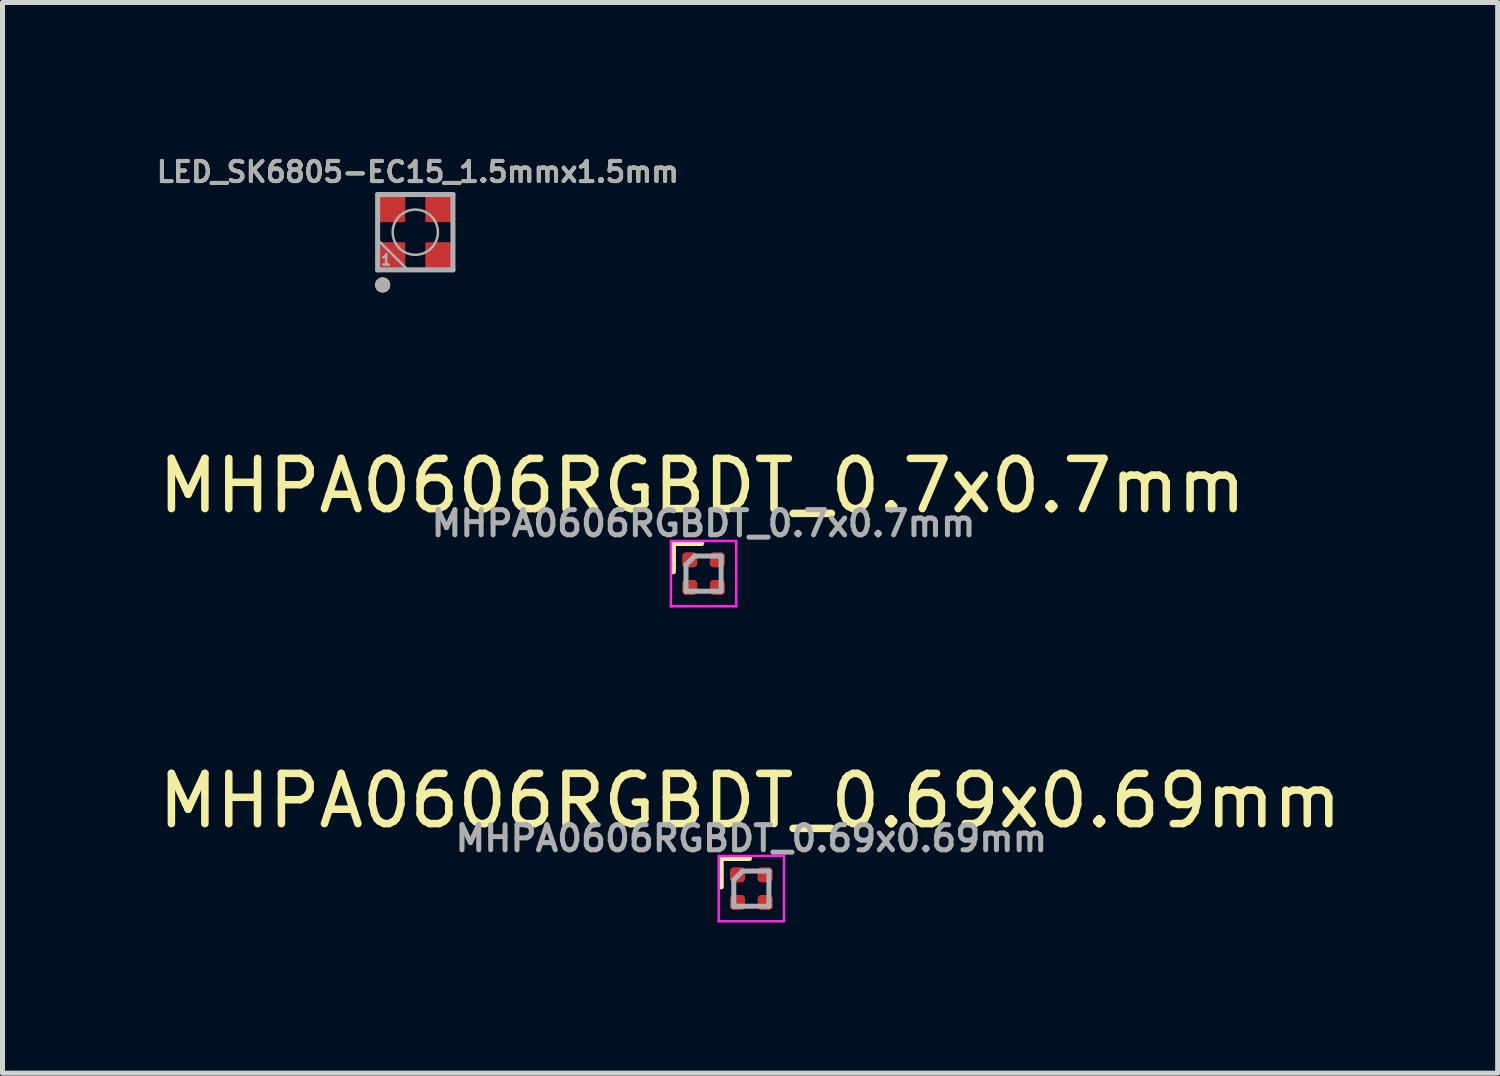
<source format=kicad_pcb>
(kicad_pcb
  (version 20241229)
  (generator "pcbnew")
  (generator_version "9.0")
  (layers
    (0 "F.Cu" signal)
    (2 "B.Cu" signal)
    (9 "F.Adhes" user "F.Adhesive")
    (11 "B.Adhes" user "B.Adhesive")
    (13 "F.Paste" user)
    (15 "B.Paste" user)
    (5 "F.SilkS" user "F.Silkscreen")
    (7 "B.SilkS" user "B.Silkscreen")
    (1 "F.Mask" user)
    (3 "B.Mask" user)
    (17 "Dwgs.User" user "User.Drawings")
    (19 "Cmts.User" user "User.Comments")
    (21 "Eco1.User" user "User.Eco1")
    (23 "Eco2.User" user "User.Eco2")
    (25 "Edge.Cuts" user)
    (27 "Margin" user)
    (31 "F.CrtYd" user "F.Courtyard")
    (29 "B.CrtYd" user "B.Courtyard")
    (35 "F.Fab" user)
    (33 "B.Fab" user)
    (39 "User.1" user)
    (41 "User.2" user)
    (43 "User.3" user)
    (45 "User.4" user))
  (footprint "MHPA0606RGBDT_0.69x0.69mm"
    (layer "F.Cu")
    (at 11.912 14.646)
    (property "Reference" "MHPA0606RGBDT_0.69x0.69mm" (at -0.025 -1.75 0) (layer "F.SilkS") (effects (font (size 1 1) (thickness 0.15))))
    (attr smd)
    (fp_line (start -0.6 -0.6) (end -0.6 -0.037) (stroke (width 0.1) (type solid)) (layer "F.SilkS"))
    (fp_line (start -0.037 -0.6) (end -0.6 -0.6) (stroke (width 0.1) (type solid)) (layer "F.SilkS"))
    (fp_line (start -0.65 -0.65) (end -0.65 0.65) (stroke (width 0.05) (type solid)) (layer "F.CrtYd"))
    (fp_line (start -0.65 0.65) (end 0.65 0.65) (stroke (width 0.05) (type solid)) (layer "F.CrtYd"))
    (fp_line (start 0.65 -0.65) (end -0.65 -0.65) (stroke (width 0.05) (type solid)) (layer "F.CrtYd"))
    (fp_line (start 0.65 0.65) (end 0.65 -0.65) (stroke (width 0.05) (type solid)) (layer "F.CrtYd"))
    (fp_line (start -0.35 -0.175) (end -0.35 0.35) (stroke (width 0.1) (type solid)) (layer "F.Fab"))
    (fp_line (start -0.35 0.35) (end 0.35 0.35) (stroke (width 0.1) (type solid)) (layer "F.Fab"))
    (fp_line (start -0.175 -0.35) (end -0.35 -0.175) (stroke (width 0.1) (type solid)) (layer "F.Fab"))
    (fp_line (start 0.35 -0.35) (end -0.175 -0.35) (stroke (width 0.1) (type solid)) (layer "F.Fab"))
    (fp_line (start 0.35 0.35) (end 0.35 -0.35) (stroke (width 0.1) (type solid)) (layer "F.Fab"))
    (fp_text user "${REFERENCE}" (at 0 -1 0) (layer "F.Fab") (effects (font (size 0.5 0.5) (thickness 0.1))))
    (pad "1" smd roundrect (at -0.275 -0.275) (size 0.3 0.3) (layers "F.Cu" "F.Mask" "F.Paste") (roundrect_rratio 0.25))
    (pad "2" smd roundrect (at 0.275 -0.275) (size 0.3 0.3) (layers "F.Cu" "F.Mask" "F.Paste") (roundrect_rratio 0.25))
    (pad "3" smd roundrect (at 0.275 0.275) (size 0.3 0.3) (layers "F.Cu" "F.Mask" "F.Paste") (roundrect_rratio 0.25))
    (pad "4" smd roundrect (at -0.275 0.275) (size 0.3 0.3) (layers "F.Cu" "F.Mask" "F.Paste") (roundrect_rratio 0.25)))
  (footprint "MHPA0606RGBDT_0.7x0.7mm"
    (layer "F.Cu")
    (at 10.96 8.373)
    (property "Reference" "MHPA0606RGBDT_0.7x0.7mm" (at -0.025 -1.75 0) (layer "F.SilkS") (effects (font (size 1 1) (thickness 0.15))))
    (attr smd)
    (fp_line (start -0.6 -0.6) (end -0.6 -0.037) (stroke (width 0.1) (type solid)) (layer "F.SilkS"))
    (fp_line (start -0.037 -0.6) (end -0.6 -0.6) (stroke (width 0.1) (type solid)) (layer "F.SilkS"))
    (fp_line (start -0.65 -0.65) (end -0.65 0.65) (stroke (width 0.05) (type solid)) (layer "F.CrtYd"))
    (fp_line (start -0.65 0.65) (end 0.65 0.65) (stroke (width 0.05) (type solid)) (layer "F.CrtYd"))
    (fp_line (start 0.65 -0.65) (end -0.65 -0.65) (stroke (width 0.05) (type solid)) (layer "F.CrtYd"))
    (fp_line (start 0.65 0.65) (end 0.65 -0.65) (stroke (width 0.05) (type solid)) (layer "F.CrtYd"))
    (fp_line (start -0.35 -0.175) (end -0.35 0.35) (stroke (width 0.1) (type solid)) (layer "F.Fab"))
    (fp_line (start -0.35 0.35) (end 0.35 0.35) (stroke (width 0.1) (type solid)) (layer "F.Fab"))
    (fp_line (start -0.175 -0.35) (end -0.35 -0.175) (stroke (width 0.1) (type solid)) (layer "F.Fab"))
    (fp_line (start 0.35 -0.35) (end -0.175 -0.35) (stroke (width 0.1) (type solid)) (layer "F.Fab"))
    (fp_line (start 0.35 0.35) (end 0.35 -0.35) (stroke (width 0.1) (type solid)) (layer "F.Fab"))
    (fp_text user "${REFERENCE}" (at 0 -1 0) (layer "F.Fab") (effects (font (size 0.5 0.5) (thickness 0.1))))
    (pad "1" smd roundrect (at -0.275 -0.275) (size 0.3 0.3) (layers "F.Cu" "F.Mask" "F.Paste") (roundrect_rratio 0.25))
    (pad "2" smd roundrect (at 0.275 -0.275) (size 0.3 0.3) (layers "F.Cu" "F.Mask" "F.Paste") (roundrect_rratio 0.25))
    (pad "3" smd roundrect (at 0.275 0.275) (size 0.3 0.3) (layers "F.Cu" "F.Mask" "F.Paste") (roundrect_rratio 0.25))
    (pad "4" smd roundrect (at -0.275 0.275) (size 0.3 0.3) (layers "F.Cu" "F.Mask" "F.Paste") (roundrect_rratio 0.25)))
  (footprint "LED_SK6805-EC15_1.5mmx1.5mm"
    (layer "F.Cu")
    (at 5.22 1.574)
    (property "Reference" "LED_SK6805-EC15_1.5mmx1.5mm" (at 0.05 -1.2 0) (layer "F.SilkS") (effects (font (size 0.4 0.4) (thickness 0.08))))
    (attr smd)
    (fp_line (start -0.65 1.05) (end -0.65 1.05) (stroke (width 0.3) (type solid)) (layer "F.SilkS"))
    (fp_line (start -0.75 -0.75) (end -0.75 0.75) (stroke (width 0.1) (type solid)) (layer "F.Fab"))
    (fp_line (start -0.75 0.15) (end -0.15 0.75) (stroke (width 0.05) (type solid)) (layer "F.Fab"))
    (fp_line (start -0.75 0.75) (end 0.75 0.75) (stroke (width 0.1) (type solid)) (layer "F.Fab"))
    (fp_line (start -0.65 1.05) (end -0.65 1.05) (stroke (width 0.3) (type solid)) (layer "F.Fab"))
    (fp_line (start 0.75 -0.75) (end -0.75 -0.75) (stroke (width 0.1) (type solid)) (layer "F.Fab"))
    (fp_line (start 0.75 0.75) (end 0.75 -0.75) (stroke (width 0.1) (type solid)) (layer "F.Fab"))
    (fp_circle (center 0 0) (end 0.45 0) (stroke (width 0.05) (type solid)) (fill no) (layer "F.Fab"))
    (fp_text user "1" (at -0.58 0.554 0) (unlocked yes) (layer "F.Fab") (effects (font (size 0.2 0.2) (thickness 0.05))))
    (fp_text user "${REFERENCE}" (at 0.05 -1.2 0) (layer "F.Fab") (effects (font (size 0.4 0.4) (thickness 0.08))))
    (pad "1" smd rect (at -0.475 0.475 90) (size 0.55 0.55) (layers "F.Cu" "F.Mask" "F.Paste"))
    (pad "2" smd rect (at 0.475 0.475 90) (size 0.55 0.55) (layers "F.Cu" "F.Mask" "F.Paste"))
    (pad "3" smd rect (at 0.475 -0.475 90) (size 0.55 0.55) (layers "F.Cu" "F.Mask" "F.Paste"))
    (pad "4" smd rect (at -0.475 -0.475 90) (size 0.55 0.55) (layers "F.Cu" "F.Mask" "F.Paste")))
  (gr_rect
    (start -3 -3)
    (end 26.774 18.321)
    (stroke (width 0.1) (type default))
    (fill no)
    (layer "Edge.Cuts")))
</source>
